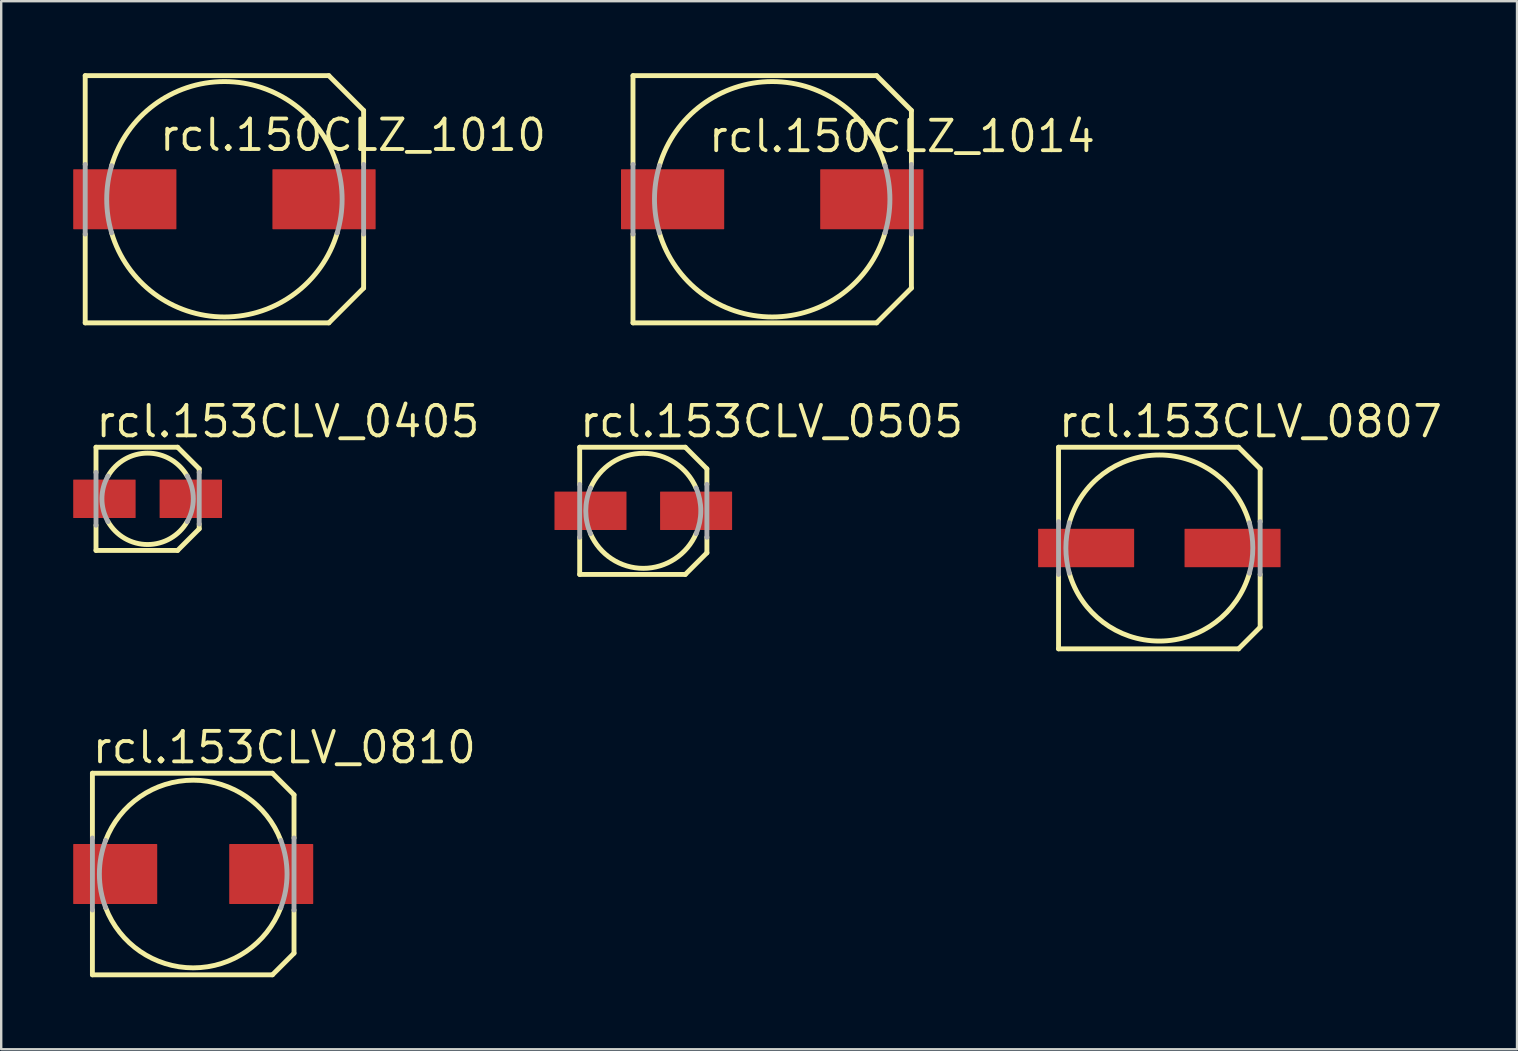
<source format=kicad_pcb>
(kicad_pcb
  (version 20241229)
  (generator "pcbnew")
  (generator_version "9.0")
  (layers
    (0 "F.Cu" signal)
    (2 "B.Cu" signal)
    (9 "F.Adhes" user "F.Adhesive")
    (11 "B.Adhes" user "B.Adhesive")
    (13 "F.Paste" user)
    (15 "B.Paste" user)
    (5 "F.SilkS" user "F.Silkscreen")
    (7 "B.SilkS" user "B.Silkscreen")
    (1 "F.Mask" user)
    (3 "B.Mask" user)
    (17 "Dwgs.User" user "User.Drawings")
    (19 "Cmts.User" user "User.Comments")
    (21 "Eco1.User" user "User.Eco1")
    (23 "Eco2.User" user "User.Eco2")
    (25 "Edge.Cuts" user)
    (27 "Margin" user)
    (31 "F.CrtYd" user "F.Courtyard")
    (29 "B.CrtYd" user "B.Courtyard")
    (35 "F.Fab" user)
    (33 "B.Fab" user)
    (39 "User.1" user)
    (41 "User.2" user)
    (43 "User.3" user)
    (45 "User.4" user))
  (footprint "rcl.150CLZ_1010"
    (layer "F.Cu")
    (at 6.3 5.252)
    (property "Reference" "rcl.150CLZ_1010" (at -2.79 -1.93 0) (layer "F.SilkS") (effects (font (size 1.27 1.27) (thickness 0.16)) (justify left bottom)))
    (attr smd)
    (fp_line (start -5.8 -5.15) (end 4.35 -5.15) (stroke (width 0.203) (type default)) (layer "F.SilkS"))
    (fp_line (start -5.8 -1.45) (end -5.8 -5.15) (stroke (width 0.203) (type default)) (layer "F.SilkS"))
    (fp_line (start -5.8 5.15) (end -5.8 1.45) (stroke (width 0.203) (type default)) (layer "F.SilkS"))
    (fp_line (start 4.35 5.15) (end -5.8 5.15) (stroke (width 0.203) (type default)) (layer "F.SilkS"))
    (fp_line (start 5.8 -3.7) (end 4.35 -5.15) (stroke (width 0.203) (type default)) (layer "F.SilkS"))
    (fp_line (start 5.8 -3.7) (end 5.8 -1.45) (stroke (width 0.203) (type default)) (layer "F.SilkS"))
    (fp_line (start 5.8 1.45) (end 5.8 3.7) (stroke (width 0.203) (type default)) (layer "F.SilkS"))
    (fp_line (start 5.8 3.7) (end 4.35 5.15) (stroke (width 0.203) (type default)) (layer "F.SilkS"))
    (fp_arc (start -4.7 -1.4) (mid 0 -4.90408) (end 4.7 -1.4) (stroke (width 0.2032) (type default)) (layer "F.SilkS"))
    (fp_arc (start 4.7 1.4) (mid 0 4.90408) (end -4.7 1.4) (stroke (width 0.2032) (type default)) (layer "F.SilkS"))
    (fp_line (start -5.8 1.45) (end -5.8 -1.45) (stroke (width 0.203) (type default)) (layer "F.Fab"))
    (fp_line (start 5.8 -1.45) (end 5.8 1.45) (stroke (width 0.203) (type default)) (layer "F.Fab"))
    (fp_arc (start -4.7 1.4) (mid -4.90408 0) (end -4.7 -1.4) (stroke (width 0.2032) (type default)) (layer "F.Fab"))
    (fp_arc (start 4.7 -1.4) (mid 4.90408 0) (end 4.7 1.4) (stroke (width 0.2032) (type default)) (layer "F.Fab"))
    (pad "+" smd roundrect (at 4.15 0) (size 4.3 2.5) (layers "F.Cu" "F.Mask" "F.Paste") (roundrect_rratio 0.01))
    (pad "-" smd roundrect (at -4.15 0) (size 4.3 2.5) (layers "F.Cu" "F.Mask" "F.Paste") (roundrect_rratio 0.01)))
  (footprint "rcl.150CLZ_1014"
    (layer "F.Cu")
    (at 29.123 5.252)
    (property "Reference" "rcl.150CLZ_1014" (at -2.74 -1.88 0) (layer "F.SilkS") (effects (font (size 1.27 1.27) (thickness 0.16)) (justify left bottom)))
    (attr smd)
    (fp_line (start -5.8 -5.15) (end 4.35 -5.15) (stroke (width 0.203) (type default)) (layer "F.SilkS"))
    (fp_line (start -5.8 -1.45) (end -5.8 -5.15) (stroke (width 0.203) (type default)) (layer "F.SilkS"))
    (fp_line (start -5.8 5.15) (end -5.8 1.45) (stroke (width 0.203) (type default)) (layer "F.SilkS"))
    (fp_line (start 4.35 5.15) (end -5.8 5.15) (stroke (width 0.203) (type default)) (layer "F.SilkS"))
    (fp_line (start 5.8 -3.7) (end 4.35 -5.15) (stroke (width 0.203) (type default)) (layer "F.SilkS"))
    (fp_line (start 5.8 -3.7) (end 5.8 -1.45) (stroke (width 0.203) (type default)) (layer "F.SilkS"))
    (fp_line (start 5.8 1.45) (end 5.8 3.7) (stroke (width 0.203) (type default)) (layer "F.SilkS"))
    (fp_line (start 5.8 3.7) (end 4.35 5.15) (stroke (width 0.203) (type default)) (layer "F.SilkS"))
    (fp_arc (start -4.7 -1.4) (mid 0 -4.90408) (end 4.7 -1.4) (stroke (width 0.2032) (type default)) (layer "F.SilkS"))
    (fp_arc (start 4.7 1.4) (mid 0 4.90408) (end -4.7 1.4) (stroke (width 0.2032) (type default)) (layer "F.SilkS"))
    (fp_line (start -5.8 1.45) (end -5.8 -1.45) (stroke (width 0.203) (type default)) (layer "F.Fab"))
    (fp_line (start 5.8 -1.45) (end 5.8 1.45) (stroke (width 0.203) (type default)) (layer "F.Fab"))
    (fp_arc (start -4.7 1.4) (mid -4.90408 0) (end -4.7 -1.4) (stroke (width 0.2032) (type default)) (layer "F.Fab"))
    (fp_arc (start 4.7 -1.4) (mid 4.90408 0) (end 4.7 1.4) (stroke (width 0.2032) (type default)) (layer "F.Fab"))
    (pad "+" smd roundrect (at 4.15 0) (size 4.3 2.5) (layers "F.Cu" "F.Mask" "F.Paste") (roundrect_rratio 0.01))
    (pad "-" smd roundrect (at -4.15 0) (size 4.3 2.5) (layers "F.Cu" "F.Mask" "F.Paste") (roundrect_rratio 0.01)))
  (footprint "rcl.153CLV_0405"
    (layer "F.Cu")
    (at 3.1 17.733)
    (property "Reference" "rcl.153CLV_0405" (at -2.24 -2.48 0) (layer "F.SilkS") (effects (font (size 1.27 1.27) (thickness 0.16)) (justify left bottom)))
    (attr smd)
    (fp_line (start -2.15 -2.15) (end 1.25 -2.15) (stroke (width 0.203) (type default)) (layer "F.SilkS"))
    (fp_line (start -2.15 -1.1) (end -2.15 -2.15) (stroke (width 0.203) (type default)) (layer "F.SilkS"))
    (fp_line (start -2.15 2.15) (end -2.15 1.1) (stroke (width 0.203) (type default)) (layer "F.SilkS"))
    (fp_line (start 1.25 -2.15) (end 2.15 -1.25) (stroke (width 0.203) (type default)) (layer "F.SilkS"))
    (fp_line (start 1.25 2.15) (end -2.15 2.15) (stroke (width 0.203) (type default)) (layer "F.SilkS"))
    (fp_line (start 2.15 -1.25) (end 2.15 -1.1) (stroke (width 0.203) (type default)) (layer "F.SilkS"))
    (fp_line (start 2.15 1.05) (end 2.15 1.25) (stroke (width 0.203) (type default)) (layer "F.SilkS"))
    (fp_line (start 2.15 1.25) (end 1.25 2.15) (stroke (width 0.203) (type default)) (layer "F.SilkS"))
    (fp_arc (start -1.65 -0.95) (mid 0 -1.903943) (end 1.65 -0.95) (stroke (width 0.2032) (type default)) (layer "F.SilkS"))
    (fp_arc (start 1.65 0.95) (mid 0 1.903943) (end -1.65 0.95) (stroke (width 0.2032) (type default)) (layer "F.SilkS"))
    (fp_line (start -2.15 1.1) (end -2.15 -1.1) (stroke (width 0.203) (type default)) (layer "F.Fab"))
    (fp_line (start 2.15 -1.1) (end 2.15 1.05) (stroke (width 0.203) (type default)) (layer "F.Fab"))
    (fp_arc (start -1.65 0.95) (mid -1.903943 0) (end -1.65 -0.95) (stroke (width 0.2032) (type default)) (layer "F.Fab"))
    (fp_arc (start 1.65 -0.95) (mid 1.903943 0) (end 1.65 0.95) (stroke (width 0.2032) (type default)) (layer "F.Fab"))
    (pad "+" smd roundrect (at 1.8 0) (size 2.6 1.6) (layers "F.Cu" "F.Mask" "F.Paste") (roundrect_rratio 0.01))
    (pad "-" smd roundrect (at -1.8 0) (size 2.6 1.6) (layers "F.Cu" "F.Mask" "F.Paste") (roundrect_rratio 0.01)))
  (footprint "rcl.153CLV_0505"
    (layer "F.Cu")
    (at 23.752 18.233)
    (property "Reference" "rcl.153CLV_0505" (at -2.74 -2.98 0) (layer "F.SilkS") (effects (font (size 1.27 1.27) (thickness 0.16)) (justify left bottom)))
    (attr smd)
    (fp_line (start -2.65 -2.65) (end 1.75 -2.65) (stroke (width 0.203) (type default)) (layer "F.SilkS"))
    (fp_line (start -2.65 -1.1) (end -2.65 -2.65) (stroke (width 0.203) (type default)) (layer "F.SilkS"))
    (fp_line (start -2.65 2.65) (end -2.65 1.1) (stroke (width 0.203) (type default)) (layer "F.SilkS"))
    (fp_line (start 1.75 -2.65) (end 2.65 -1.75) (stroke (width 0.203) (type default)) (layer "F.SilkS"))
    (fp_line (start 1.75 2.65) (end -2.65 2.65) (stroke (width 0.203) (type default)) (layer "F.SilkS"))
    (fp_line (start 2.65 -1.75) (end 2.65 -1.1) (stroke (width 0.203) (type default)) (layer "F.SilkS"))
    (fp_line (start 2.65 1.1) (end 2.65 1.75) (stroke (width 0.203) (type default)) (layer "F.SilkS"))
    (fp_line (start 2.65 1.75) (end 1.75 2.65) (stroke (width 0.203) (type default)) (layer "F.SilkS"))
    (fp_arc (start -2.2 -0.95) (mid 0 -2.396351) (end 2.2 -0.95) (stroke (width 0.2032) (type default)) (layer "F.SilkS"))
    (fp_arc (start 2.2 0.95) (mid 0 2.396351) (end -2.2 0.95) (stroke (width 0.2032) (type default)) (layer "F.SilkS"))
    (fp_line (start -2.65 1.1) (end -2.65 -1.1) (stroke (width 0.203) (type default)) (layer "F.Fab"))
    (fp_line (start 2.65 -1.1) (end 2.65 1.1) (stroke (width 0.203) (type default)) (layer "F.Fab"))
    (fp_arc (start -2.2 0.95) (mid -2.396351 0) (end -2.2 -0.95) (stroke (width 0.2032) (type default)) (layer "F.Fab"))
    (fp_arc (start 2.2 -0.95) (mid 2.396351 0) (end 2.2 0.95) (stroke (width 0.2032) (type default)) (layer "F.Fab"))
    (pad "+" smd roundrect (at 2.2 0) (size 3 1.6) (layers "F.Cu" "F.Mask" "F.Paste") (roundrect_rratio 0.01))
    (pad "-" smd roundrect (at -2.2 0) (size 3 1.6) (layers "F.Cu" "F.Mask" "F.Paste") (roundrect_rratio 0.01)))
  (footprint "rcl.153CLV_0810"
    (layer "F.Cu")
    (at 5 33.365)
    (property "Reference" "rcl.153CLV_0810" (at -4.29 -4.53 0) (layer "F.SilkS") (effects (font (size 1.27 1.27) (thickness 0.16)) (justify left bottom)))
    (attr smd)
    (fp_line (start -4.2 -4.2) (end 3.3 -4.2) (stroke (width 0.203) (type default)) (layer "F.SilkS"))
    (fp_line (start -4.2 -1.5) (end -4.2 -4.2) (stroke (width 0.203) (type default)) (layer "F.SilkS"))
    (fp_line (start -4.2 4.2) (end -4.2 1.5) (stroke (width 0.203) (type default)) (layer "F.SilkS"))
    (fp_line (start 3.3 -4.2) (end 4.2 -3.3) (stroke (width 0.203) (type default)) (layer "F.SilkS"))
    (fp_line (start 3.3 4.2) (end -4.2 4.2) (stroke (width 0.203) (type default)) (layer "F.SilkS"))
    (fp_line (start 4.2 -3.3) (end 4.2 -1.5) (stroke (width 0.203) (type default)) (layer "F.SilkS"))
    (fp_line (start 4.2 1.5) (end 4.2 3.3) (stroke (width 0.203) (type default)) (layer "F.SilkS"))
    (fp_line (start 4.2 3.3) (end 3.3 4.2) (stroke (width 0.203) (type default)) (layer "F.SilkS"))
    (fp_arc (start -3.65 -1.4) (mid 0 -3.909284) (end 3.65 -1.4) (stroke (width 0.2032) (type default)) (layer "F.SilkS"))
    (fp_arc (start 3.65 1.4) (mid 0 3.909284) (end -3.65 1.4) (stroke (width 0.2032) (type default)) (layer "F.SilkS"))
    (fp_line (start -4.2 1.5) (end -4.2 -1.5) (stroke (width 0.203) (type default)) (layer "F.Fab"))
    (fp_line (start 4.2 -1.5) (end 4.2 1.5) (stroke (width 0.203) (type default)) (layer "F.Fab"))
    (fp_arc (start -3.65 1.4) (mid -3.909284 0) (end -3.65 -1.4) (stroke (width 0.2032) (type default)) (layer "F.Fab"))
    (fp_arc (start 3.65 -1.4) (mid 3.909284 0) (end 3.65 1.4) (stroke (width 0.2032) (type default)) (layer "F.Fab"))
    (pad "+" smd roundrect (at 3.25 0) (size 3.5 2.5) (layers "F.Cu" "F.Mask" "F.Paste") (roundrect_rratio 0.01))
    (pad "-" smd roundrect (at -3.25 0) (size 3.5 2.5) (layers "F.Cu" "F.Mask" "F.Paste") (roundrect_rratio 0.01)))
  (footprint "rcl.153CLV_0807"
    (layer "F.Cu")
    (at 45.253 19.783)
    (property "Reference" "rcl.153CLV_0807" (at -4.29 -4.53 0) (layer "F.SilkS") (effects (font (size 1.27 1.27) (thickness 0.16)) (justify left bottom)))
    (attr smd)
    (fp_line (start -4.2 -4.2) (end 3.3 -4.2) (stroke (width 0.203) (type default)) (layer "F.SilkS"))
    (fp_line (start -4.2 -1.1) (end -4.2 -4.2) (stroke (width 0.203) (type default)) (layer "F.SilkS"))
    (fp_line (start -4.2 4.2) (end -4.2 1.1) (stroke (width 0.203) (type default)) (layer "F.SilkS"))
    (fp_line (start 3.3 -4.2) (end 4.2 -3.3) (stroke (width 0.203) (type default)) (layer "F.SilkS"))
    (fp_line (start 3.3 4.2) (end -4.2 4.2) (stroke (width 0.203) (type default)) (layer "F.SilkS"))
    (fp_line (start 4.2 -3.3) (end 4.2 -1.1) (stroke (width 0.203) (type default)) (layer "F.SilkS"))
    (fp_line (start 4.2 1.1) (end 4.2 3.3) (stroke (width 0.203) (type default)) (layer "F.SilkS"))
    (fp_line (start 4.2 3.3) (end 3.3 4.2) (stroke (width 0.203) (type default)) (layer "F.SilkS"))
    (fp_arc (start -3.75 -1.05) (mid 0 -3.876042) (end 3.75 -1.05) (stroke (width 0.2032) (type default)) (layer "F.SilkS"))
    (fp_arc (start 3.75 1.05) (mid 0 3.876042) (end -3.75 1.05) (stroke (width 0.2032) (type default)) (layer "F.SilkS"))
    (fp_line (start -4.2 1.1) (end -4.2 -1.1) (stroke (width 0.203) (type default)) (layer "F.Fab"))
    (fp_line (start 4.2 -1.1) (end 4.2 1.1) (stroke (width 0.203) (type default)) (layer "F.Fab"))
    (fp_arc (start -3.75 1.05) (mid -3.894226 0) (end -3.75 -1.05) (stroke (width 0.2032) (type default)) (layer "F.Fab"))
    (fp_arc (start 3.75 -1.05) (mid 3.894226 0) (end 3.75 1.05) (stroke (width 0.2032) (type default)) (layer "F.Fab"))
    (pad "+" smd roundrect (at 3.05 0) (size 4 1.6) (layers "F.Cu" "F.Mask" "F.Paste") (roundrect_rratio 0.01))
    (pad "-" smd roundrect (at -3.05 0) (size 4 1.6) (layers "F.Cu" "F.Mask" "F.Paste") (roundrect_rratio 0.01)))
  (gr_rect
    (start -3 -3)
    (end 60.155 40.666)
    (stroke (width 0.1) (type default))
    (fill no)
    (layer "Edge.Cuts")))
</source>
